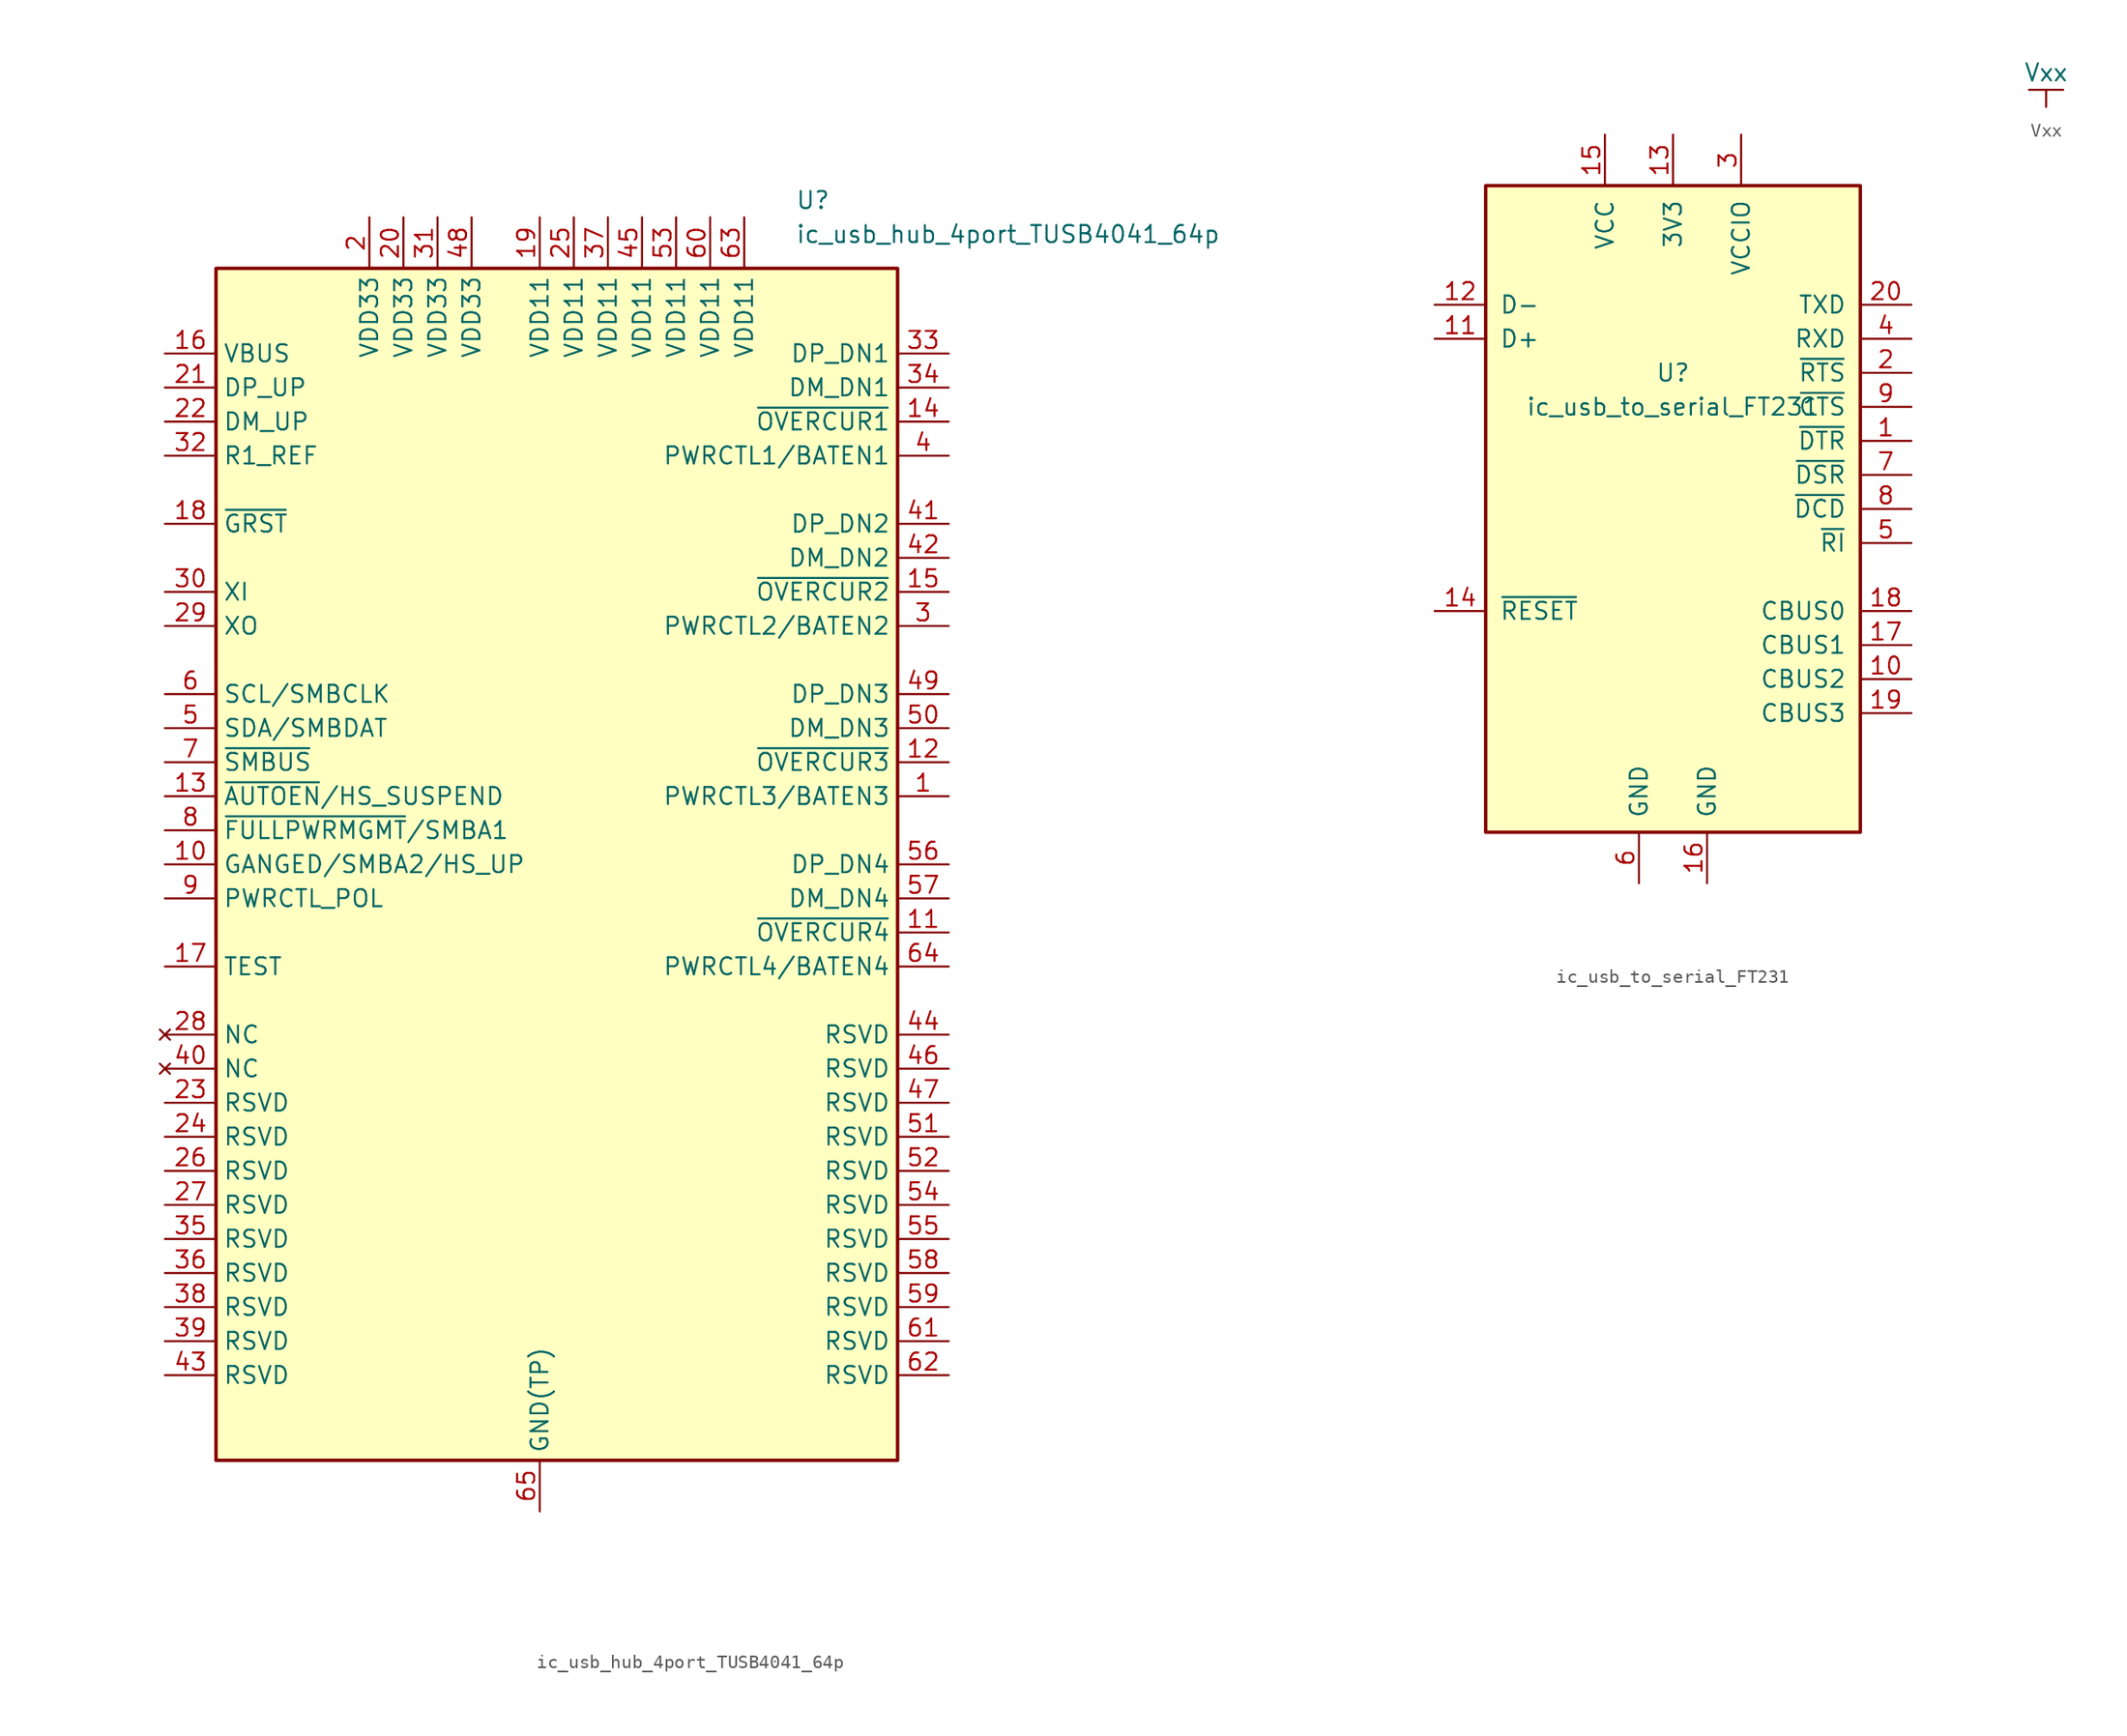
<source format=kicad_sym>
(kicad_symbol_lib
  (version 20241209)
  (generator "kicad_symbol_editor")
  (generator_version "9.0")
  (symbol "ic_usb_hub_4port_TUSB4041_64p"
    (property "Reference" "U"
      (at 46.99 11.43 0)
      (effects (font (size 1.27 1.27)) (justify left)))
    (property "Value" "ic_usb_hub_4port_TUSB4041_64p"
      (at 46.99 8.89 0)
      (effects (font (size 1.27 1.27)) (justify left)))
    (symbol "ic_usb_hub_4port_TUSB4041_64p_0_1"
      (rectangle (start 3.81 6.35) (end 54.61 -82.55) (stroke (width 0.254) (type default)) (fill (type background))))
    (symbol "ic_usb_hub_4port_TUSB4041_64p_1_1"
      (pin input line (at 0 0 0) (length 3.81) (name "VBUS" (effects (font (size 1.27 1.27)))) (number "16" (effects (font (size 1.27 1.27)))))
      (pin bidirectional line (at 0 -2.54 0) (length 3.81) (name "DP_UP" (effects (font (size 1.27 1.27)))) (number "21" (effects (font (size 1.27 1.27)))))
      (pin bidirectional line (at 0 -5.08 0) (length 3.81) (name "DM_UP" (effects (font (size 1.27 1.27)))) (number "22" (effects (font (size 1.27 1.27)))))
      (pin input line (at 0 -7.62 0) (length 3.81) (name "R1_REF" (effects (font (size 1.27 1.27)))) (number "32" (effects (font (size 1.27 1.27)))))
      (pin input line (at 0 -12.7 0) (length 3.81) (name "~{GRST}" (effects (font (size 1.27 1.27)))) (number "18" (effects (font (size 1.27 1.27)))))
      (pin input line (at 0 -17.78 0) (length 3.81) (name "XI" (effects (font (size 1.27 1.27)))) (number "30" (effects (font (size 1.27 1.27)))))
      (pin output line (at 0 -20.32 0) (length 3.81) (name "XO" (effects (font (size 1.27 1.27)))) (number "29" (effects (font (size 1.27 1.27)))))
      (pin bidirectional line (at 0 -25.4 0) (length 3.81) (name "SCL/SMBCLK" (effects (font (size 1.27 1.27)))) (number "6" (effects (font (size 1.27 1.27)))))
      (pin bidirectional line (at 0 -27.94 0) (length 3.81) (name "SDA/SMBDAT" (effects (font (size 1.27 1.27)))) (number "5" (effects (font (size 1.27 1.27)))))
      (pin bidirectional line (at 0 -30.48 0) (length 3.81) (name "~{SMBUS}" (effects (font (size 1.27 1.27)))) (number "7" (effects (font (size 1.27 1.27)))))
      (pin bidirectional line (at 0 -33.02 0) (length 3.81) (name "~{AUTOEN}/HS_SUSPEND" (effects (font (size 1.27 1.27)))) (number "13" (effects (font (size 1.27 1.27)))))
      (pin bidirectional line (at 0 -35.56 0) (length 3.81) (name "~{FULLPWRMGMT}/SMBA1" (effects (font (size 1.27 1.27)))) (number "8" (effects (font (size 1.27 1.27)))))
      (pin bidirectional line (at 0 -38.1 0) (length 3.81) (name "GANGED/SMBA2/HS_UP" (effects (font (size 1.27 1.27)))) (number "10" (effects (font (size 1.27 1.27)))))
      (pin bidirectional line (at 0 -40.64 0) (length 3.81) (name "PWRCTL_POL" (effects (font (size 1.27 1.27)))) (number "9" (effects (font (size 1.27 1.27)))))
      (pin input line (at 0 -45.72 0) (length 3.81) (name "TEST" (effects (font (size 1.27 1.27)))) (number "17" (effects (font (size 1.27 1.27)))))
      (pin no_connect line (at 0 -50.8 0) (length 3.81) (name "NC" (effects (font (size 1.27 1.27)))) (number "28" (effects (font (size 1.27 1.27)))))
      (pin no_connect line (at 0 -53.34 0) (length 3.81) (name "NC" (effects (font (size 1.27 1.27)))) (number "40" (effects (font (size 1.27 1.27)))))
      (pin bidirectional line (at 0 -55.88 0) (length 3.81) (name "RSVD" (effects (font (size 1.27 1.27)))) (number "23" (effects (font (size 1.27 1.27)))))
      (pin bidirectional line (at 0 -58.42 0) (length 3.81) (name "RSVD" (effects (font (size 1.27 1.27)))) (number "24" (effects (font (size 1.27 1.27)))))
      (pin bidirectional line (at 0 -60.96 0) (length 3.81) (name "RSVD" (effects (font (size 1.27 1.27)))) (number "26" (effects (font (size 1.27 1.27)))))
      (pin bidirectional line (at 0 -63.5 0) (length 3.81) (name "RSVD" (effects (font (size 1.27 1.27)))) (number "27" (effects (font (size 1.27 1.27)))))
      (pin bidirectional line (at 0 -66.04 0) (length 3.81) (name "RSVD" (effects (font (size 1.27 1.27)))) (number "35" (effects (font (size 1.27 1.27)))))
      (pin bidirectional line (at 0 -68.58 0) (length 3.81) (name "RSVD" (effects (font (size 1.27 1.27)))) (number "36" (effects (font (size 1.27 1.27)))))
      (pin bidirectional line (at 0 -71.12 0) (length 3.81) (name "RSVD" (effects (font (size 1.27 1.27)))) (number "38" (effects (font (size 1.27 1.27)))))
      (pin bidirectional line (at 0 -73.66 0) (length 3.81) (name "RSVD" (effects (font (size 1.27 1.27)))) (number "39" (effects (font (size 1.27 1.27)))))
      (pin bidirectional line (at 0 -76.2 0) (length 3.81) (name "RSVD" (effects (font (size 1.27 1.27)))) (number "43" (effects (font (size 1.27 1.27)))))
      (pin power_in line (at 15.24 10.16 270) (length 3.81) (name "VDD33" (effects (font (size 1.27 1.27)))) (number "2" (effects (font (size 1.27 1.27)))))
      (pin power_in line (at 17.78 10.16 270) (length 3.81) (name "VDD33" (effects (font (size 1.27 1.27)))) (number "20" (effects (font (size 1.27 1.27)))))
      (pin power_in line (at 20.32 10.16 270) (length 3.81) (name "VDD33" (effects (font (size 1.27 1.27)))) (number "31" (effects (font (size 1.27 1.27)))))
      (pin power_in line (at 22.86 10.16 270) (length 3.81) (name "VDD33" (effects (font (size 1.27 1.27)))) (number "48" (effects (font (size 1.27 1.27)))))
      (pin power_in line (at 27.94 10.16 270) (length 3.81) (name "VDD11" (effects (font (size 1.27 1.27)))) (number "19" (effects (font (size 1.27 1.27)))))
      (pin power_in line (at 27.94 -86.36 90) (length 3.81) (name "GND(TP)" (effects (font (size 1.27 1.27)))) (number "65" (effects (font (size 1.27 1.27)))))
      (pin power_in line (at 30.48 10.16 270) (length 3.81) (name "VDD11" (effects (font (size 1.27 1.27)))) (number "25" (effects (font (size 1.27 1.27)))))
      (pin power_in line (at 33.02 10.16 270) (length 3.81) (name "VDD11" (effects (font (size 1.27 1.27)))) (number "37" (effects (font (size 1.27 1.27)))))
      (pin power_in line (at 35.56 10.16 270) (length 3.81) (name "VDD11" (effects (font (size 1.27 1.27)))) (number "45" (effects (font (size 1.27 1.27)))))
      (pin power_in line (at 38.1 10.16 270) (length 3.81) (name "VDD11" (effects (font (size 1.27 1.27)))) (number "53" (effects (font (size 1.27 1.27)))))
      (pin power_in line (at 40.64 10.16 270) (length 3.81) (name "VDD11" (effects (font (size 1.27 1.27)))) (number "60" (effects (font (size 1.27 1.27)))))
      (pin power_in line (at 43.18 10.16 270) (length 3.81) (name "VDD11" (effects (font (size 1.27 1.27)))) (number "63" (effects (font (size 1.27 1.27)))))
      (pin bidirectional line (at 58.42 0 180) (length 3.81) (name "DP_DN1" (effects (font (size 1.27 1.27)))) (number "33" (effects (font (size 1.27 1.27)))))
      (pin bidirectional line (at 58.42 -2.54 180) (length 3.81) (name "DM_DN1" (effects (font (size 1.27 1.27)))) (number "34" (effects (font (size 1.27 1.27)))))
      (pin input line (at 58.42 -5.08 180) (length 3.81) (name "~{OVERCUR1}" (effects (font (size 1.27 1.27)))) (number "14" (effects (font (size 1.27 1.27)))))
      (pin bidirectional line (at 58.42 -7.62 180) (length 3.81) (name "PWRCTL1/BATEN1" (effects (font (size 1.27 1.27)))) (number "4" (effects (font (size 1.27 1.27)))))
      (pin bidirectional line (at 58.42 -12.7 180) (length 3.81) (name "DP_DN2" (effects (font (size 1.27 1.27)))) (number "41" (effects (font (size 1.27 1.27)))))
      (pin bidirectional line (at 58.42 -15.24 180) (length 3.81) (name "DM_DN2" (effects (font (size 1.27 1.27)))) (number "42" (effects (font (size 1.27 1.27)))))
      (pin input line (at 58.42 -17.78 180) (length 3.81) (name "~{OVERCUR2}" (effects (font (size 1.27 1.27)))) (number "15" (effects (font (size 1.27 1.27)))))
      (pin bidirectional line (at 58.42 -20.32 180) (length 3.81) (name "PWRCTL2/BATEN2" (effects (font (size 1.27 1.27)))) (number "3" (effects (font (size 1.27 1.27)))))
      (pin bidirectional line (at 58.42 -25.4 180) (length 3.81) (name "DP_DN3" (effects (font (size 1.27 1.27)))) (number "49" (effects (font (size 1.27 1.27)))))
      (pin bidirectional line (at 58.42 -27.94 180) (length 3.81) (name "DM_DN3" (effects (font (size 1.27 1.27)))) (number "50" (effects (font (size 1.27 1.27)))))
      (pin input line (at 58.42 -30.48 180) (length 3.81) (name "~{OVERCUR3}" (effects (font (size 1.27 1.27)))) (number "12" (effects (font (size 1.27 1.27)))))
      (pin bidirectional line (at 58.42 -33.02 180) (length 3.81) (name "PWRCTL3/BATEN3" (effects (font (size 1.27 1.27)))) (number "1" (effects (font (size 1.27 1.27)))))
      (pin bidirectional line (at 58.42 -38.1 180) (length 3.81) (name "DP_DN4" (effects (font (size 1.27 1.27)))) (number "56" (effects (font (size 1.27 1.27)))))
      (pin bidirectional line (at 58.42 -40.64 180) (length 3.81) (name "DM_DN4" (effects (font (size 1.27 1.27)))) (number "57" (effects (font (size 1.27 1.27)))))
      (pin input line (at 58.42 -43.18 180) (length 3.81) (name "~{OVERCUR4}" (effects (font (size 1.27 1.27)))) (number "11" (effects (font (size 1.27 1.27)))))
      (pin bidirectional line (at 58.42 -45.72 180) (length 3.81) (name "PWRCTL4/BATEN4" (effects (font (size 1.27 1.27)))) (number "64" (effects (font (size 1.27 1.27)))))
      (pin bidirectional line (at 58.42 -50.8 180) (length 3.81) (name "RSVD" (effects (font (size 1.27 1.27)))) (number "44" (effects (font (size 1.27 1.27)))))
      (pin bidirectional line (at 58.42 -53.34 180) (length 3.81) (name "RSVD" (effects (font (size 1.27 1.27)))) (number "46" (effects (font (size 1.27 1.27)))))
      (pin bidirectional line (at 58.42 -55.88 180) (length 3.81) (name "RSVD" (effects (font (size 1.27 1.27)))) (number "47" (effects (font (size 1.27 1.27)))))
      (pin bidirectional line (at 58.42 -58.42 180) (length 3.81) (name "RSVD" (effects (font (size 1.27 1.27)))) (number "51" (effects (font (size 1.27 1.27)))))
      (pin bidirectional line (at 58.42 -60.96 180) (length 3.81) (name "RSVD" (effects (font (size 1.27 1.27)))) (number "52" (effects (font (size 1.27 1.27)))))
      (pin bidirectional line (at 58.42 -63.5 180) (length 3.81) (name "RSVD" (effects (font (size 1.27 1.27)))) (number "54" (effects (font (size 1.27 1.27)))))
      (pin bidirectional line (at 58.42 -66.04 180) (length 3.81) (name "RSVD" (effects (font (size 1.27 1.27)))) (number "55" (effects (font (size 1.27 1.27)))))
      (pin bidirectional line (at 58.42 -68.58 180) (length 3.81) (name "RSVD" (effects (font (size 1.27 1.27)))) (number "58" (effects (font (size 1.27 1.27)))))
      (pin bidirectional line (at 58.42 -71.12 180) (length 3.81) (name "RSVD" (effects (font (size 1.27 1.27)))) (number "59" (effects (font (size 1.27 1.27)))))
      (pin bidirectional line (at 58.42 -73.66 180) (length 3.81) (name "RSVD" (effects (font (size 1.27 1.27)))) (number "61" (effects (font (size 1.27 1.27)))))
      (pin bidirectional line (at 58.42 -76.2 180) (length 3.81) (name "RSVD" (effects (font (size 1.27 1.27)))) (number "62" (effects (font (size 1.27 1.27)))))))
  (symbol "ic_usb_to_serial_FT231"
    (pin_names
      (offset 1.016))
    (property "Reference" "U"
      (at 17.78 -5.08 0)
      (effects (font (size 1.27 1.27))))
    (property "Value" "ic_usb_to_serial_FT231"
      (at 17.78 -7.62 0)
      (effects (font (size 1.27 1.27))))
    (symbol "ic_usb_to_serial_FT231_0_1"
      (rectangle (start 3.81 8.89) (end 31.75 -39.37) (stroke (width 0.254) (type default)) (fill (type background))))
    (symbol "ic_usb_to_serial_FT231_1_1"
      (pin bidirectional line (at 0 0 0) (length 3.81) (name "D-" (effects (font (size 1.27 1.27)))) (number "12" (effects (font (size 1.27 1.27)))))
      (pin bidirectional line (at 0 -2.54 0) (length 3.81) (name "D+" (effects (font (size 1.27 1.27)))) (number "11" (effects (font (size 1.27 1.27)))))
      (pin input line (at 0 -22.86 0) (length 3.81) (name "~{RESET}" (effects (font (size 1.27 1.27)))) (number "14" (effects (font (size 1.27 1.27)))))
      (pin power_in line (at 12.7 12.7 270) (length 3.81) (name "VCC" (effects (font (size 1.27 1.27)))) (number "15" (effects (font (size 1.27 1.27)))))
      (pin power_in line (at 15.24 -43.18 90) (length 3.81) (name "GND" (effects (font (size 1.27 1.27)))) (number "6" (effects (font (size 1.27 1.27)))))
      (pin output line (at 17.78 12.7 270) (length 3.81) (name "3V3" (effects (font (size 1.27 1.27)))) (number "13" (effects (font (size 1.27 1.27)))))
      (pin power_in line (at 20.32 -43.18 90) (length 3.81) (name "GND" (effects (font (size 1.27 1.27)))) (number "16" (effects (font (size 1.27 1.27)))))
      (pin power_in line (at 22.86 12.7 270) (length 3.81) (name "VCCIO" (effects (font (size 1.27 1.27)))) (number "3" (effects (font (size 1.27 1.27)))))
      (pin output line (at 35.56 0 180) (length 3.81) (name "TXD" (effects (font (size 1.27 1.27)))) (number "20" (effects (font (size 1.27 1.27)))))
      (pin input line (at 35.56 -2.54 180) (length 3.81) (name "RXD" (effects (font (size 1.27 1.27)))) (number "4" (effects (font (size 1.27 1.27)))))
      (pin output line (at 35.56 -5.08 180) (length 3.81) (name "~{RTS}" (effects (font (size 1.27 1.27)))) (number "2" (effects (font (size 1.27 1.27)))))
      (pin input line (at 35.56 -7.62 180) (length 3.81) (name "~{CTS}" (effects (font (size 1.27 1.27)))) (number "9" (effects (font (size 1.27 1.27)))))
      (pin output line (at 35.56 -10.16 180) (length 3.81) (name "~{DTR}" (effects (font (size 1.27 1.27)))) (number "1" (effects (font (size 1.27 1.27)))))
      (pin input line (at 35.56 -12.7 180) (length 3.81) (name "~{DSR}" (effects (font (size 1.27 1.27)))) (number "7" (effects (font (size 1.27 1.27)))))
      (pin input line (at 35.56 -15.24 180) (length 3.81) (name "~{DCD}" (effects (font (size 1.27 1.27)))) (number "8" (effects (font (size 1.27 1.27)))))
      (pin input line (at 35.56 -17.78 180) (length 3.81) (name "~{RI}" (effects (font (size 1.27 1.27)))) (number "5" (effects (font (size 1.27 1.27)))))
      (pin bidirectional line (at 35.56 -22.86 180) (length 3.81) (name "CBUS0" (effects (font (size 1.27 1.27)))) (number "18" (effects (font (size 1.27 1.27)))))
      (pin bidirectional line (at 35.56 -25.4 180) (length 3.81) (name "CBUS1" (effects (font (size 1.27 1.27)))) (number "17" (effects (font (size 1.27 1.27)))))
      (pin bidirectional line (at 35.56 -27.94 180) (length 3.81) (name "CBUS2" (effects (font (size 1.27 1.27)))) (number "10" (effects (font (size 1.27 1.27)))))
      (pin bidirectional line (at 35.56 -30.48 180) (length 3.81) (name "CBUS3" (effects (font (size 1.27 1.27)))) (number "19" (effects (font (size 1.27 1.27)))))))
  (symbol "Vxx"
    (power)
    (pin_numbers
      (hide yes))
    (pin_names
      (offset 0)
      (hide yes))
    (property "Reference" "#PWR"
      (at 0 -15.24 0)
      (effects (font (size 1.27 1.27)) (hide yes)))
    (property "Value" "Vxx"
      (at 0 2.54 0)
      (effects (font (size 1.27 1.27))))
    (symbol "Vxx_0_1"
      (polyline (pts (xy -1.27 1.27) (xy 1.27 1.27)) (stroke (width 0) (type default)) (fill (type none))))
    (symbol "Vxx_1_1"
      (pin power_in line (at 0 0 90) (length 1.27) (name "GND" (effects (font (size 1.27 1.27)))) (number "1" (effects (font (size 1.27 1.27))))))))
</source>
